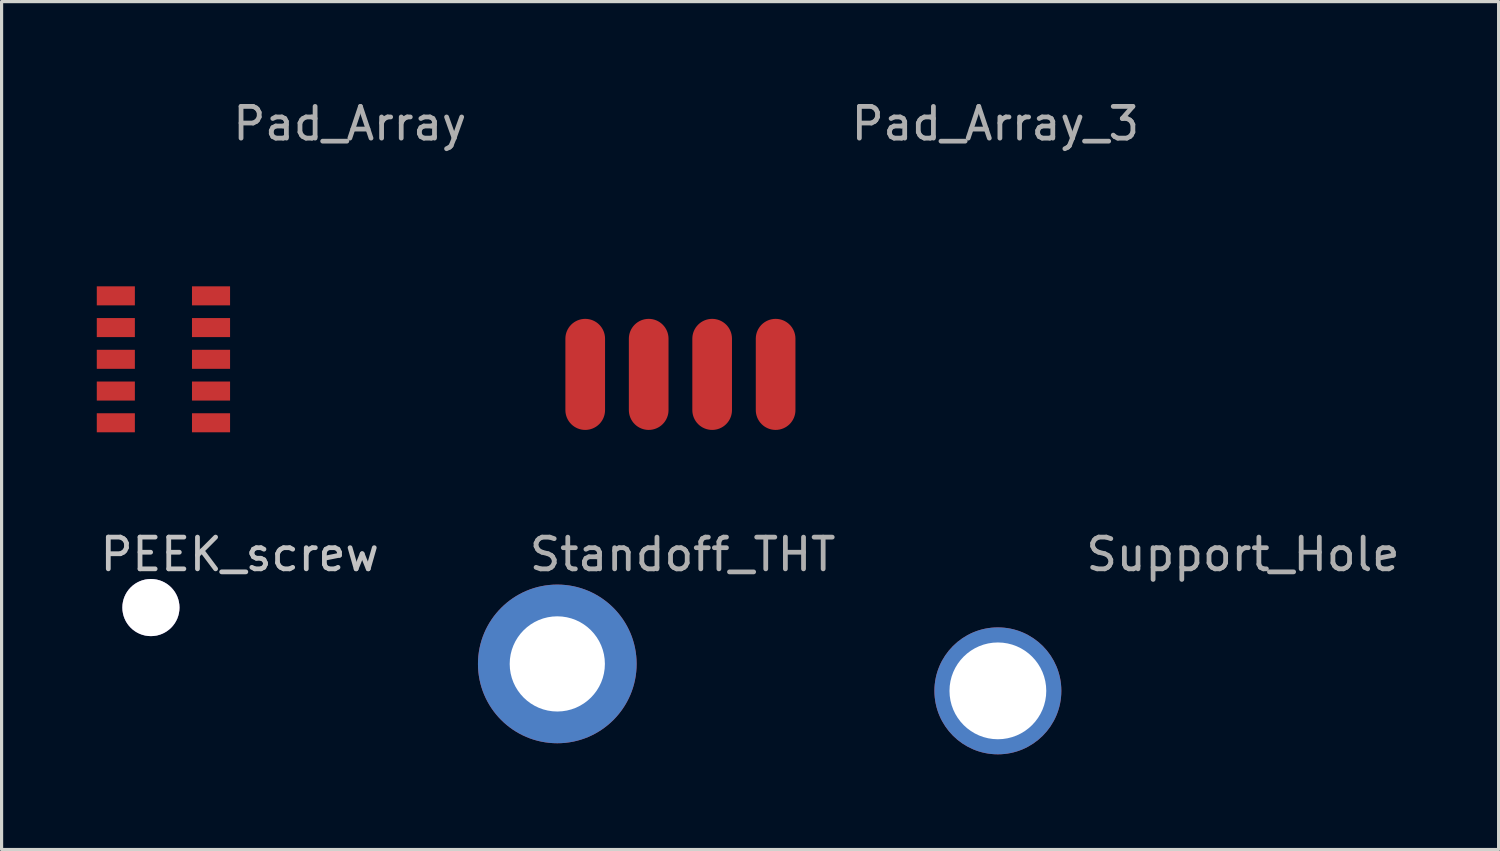
<source format=kicad_pcb>
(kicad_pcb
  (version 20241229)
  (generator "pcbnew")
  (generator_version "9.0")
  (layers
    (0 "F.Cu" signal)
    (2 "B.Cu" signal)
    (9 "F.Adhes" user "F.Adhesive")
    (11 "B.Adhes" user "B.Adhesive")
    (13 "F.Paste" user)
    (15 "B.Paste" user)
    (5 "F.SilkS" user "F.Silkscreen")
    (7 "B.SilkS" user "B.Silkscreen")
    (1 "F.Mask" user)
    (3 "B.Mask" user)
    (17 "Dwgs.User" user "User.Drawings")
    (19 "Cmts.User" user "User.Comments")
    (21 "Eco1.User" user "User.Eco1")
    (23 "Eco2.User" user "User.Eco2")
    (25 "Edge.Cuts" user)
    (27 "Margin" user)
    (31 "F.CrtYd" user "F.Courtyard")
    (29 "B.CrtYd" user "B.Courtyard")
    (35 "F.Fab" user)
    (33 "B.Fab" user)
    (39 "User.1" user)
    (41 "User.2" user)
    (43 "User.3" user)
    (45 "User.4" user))
  (footprint "Pad_Array_3"
    (layer "F.Cu")
    (at 18.392 8.748)
    (property "Reference" "Pad_Array_3" (at 9.925 -7.9 0) (layer "F.Fab") (effects (font (size 1 1) (thickness 0.15))))
    (attr through_hole)
    (pad "1" smd oval (at -3 0 90) (size 3.5 1.25) (layers "F.Cu" "F.Mask" "F.Paste"))
    (pad "2" smd oval (at -1 0 90) (size 3.5 1.25) (layers "F.Cu" "F.Mask" "F.Paste"))
    (pad "3" smd oval (at 1 0 90) (size 3.5 1.25) (layers "F.Cu" "F.Mask" "F.Paste"))
    (pad "4" smd oval (at 3 0 90) (size 3.5 1.25) (layers "F.Cu" "F.Mask" "F.Paste")))
  (footprint "Standoff_THT"
    (layer "F.Cu")
    (at 14.512 17.872)
    (property "Reference" "Standoff_THT" (at 3.95 -3.45 0) (layer "F.Fab") (effects (font (size 1 1) (thickness 0.15))))
    (attr through_hole)
    (pad "1" thru_hole circle (at 0 0) (size 5 5) (drill 3) (layers "*.Cu" "*.Mask")))
  (footprint "Support_Hole"
    (layer "F.Cu")
    (at 28.396 18.721)
    (property "Reference" "Support_Hole" (at 7.725 -4.3 0) (layer "F.Fab") (effects (font (size 1 1) (thickness 0.15))))
    (attr through_hole)
    (pad "1" thru_hole circle (at 0 0) (size 4 4) (drill 3.05) (layers "*.Cu" "*.Mask")))
  (footprint "PEEK_screw"
    (layer "F.Cu")
    (at 1.706 16.096)
    (property "Reference" "PEEK_screw" (at 2.8 -1.675 0) (layer "Dwgs.User") (effects (font (size 1 1) (thickness 0.15))))
    (attr through_hole)
    (pad "1" thru_hole circle (at 0 0) (size 1.8 1.8) (drill 1.8) (layers "*.Cu" "*.Mask")))
  (footprint "Pad_Array"
    (layer "F.Cu")
    (at 2.1 8.273)
    (property "Reference" "Pad_Array" (at 5.875 -7.425 0) (layer "F.Fab") (effects (font (size 1 1) (thickness 0.15))))
    (attr through_hole)
    (pad "1" smd rect (at -1.5 -2) (size 1.2 0.6) (layers "F.Cu" "F.Mask" "F.Paste"))
    (pad "2" smd rect (at -1.5 -1) (size 1.2 0.6) (layers "F.Cu" "F.Mask" "F.Paste"))
    (pad "3" smd rect (at -1.5 0) (size 1.2 0.6) (layers "F.Cu" "F.Mask" "F.Paste"))
    (pad "4" smd rect (at -1.5 1) (size 1.2 0.6) (layers "F.Cu" "F.Mask" "F.Paste"))
    (pad "5" smd rect (at -1.5 2) (size 1.2 0.6) (layers "F.Cu" "F.Mask" "F.Paste"))
    (pad "6" smd rect (at 1.5 -2) (size 1.2 0.6) (layers "F.Cu" "F.Mask" "F.Paste"))
    (pad "7" smd rect (at 1.5 -1) (size 1.2 0.6) (layers "F.Cu" "F.Mask" "F.Paste"))
    (pad "8" smd rect (at 1.5 0) (size 1.2 0.6) (layers "F.Cu" "F.Mask" "F.Paste"))
    (pad "9" smd rect (at 1.5 1) (size 1.2 0.6) (layers "F.Cu" "F.Mask" "F.Paste"))
    (pad "10" smd rect (at 1.5 2) (size 1.2 0.6) (layers "F.Cu" "F.Mask" "F.Paste")))
  (gr_rect
    (start -3 -3)
    (end 44.175 23.721)
    (stroke (width 0.1) (type default))
    (fill no)
    (layer "Edge.Cuts")))
</source>
